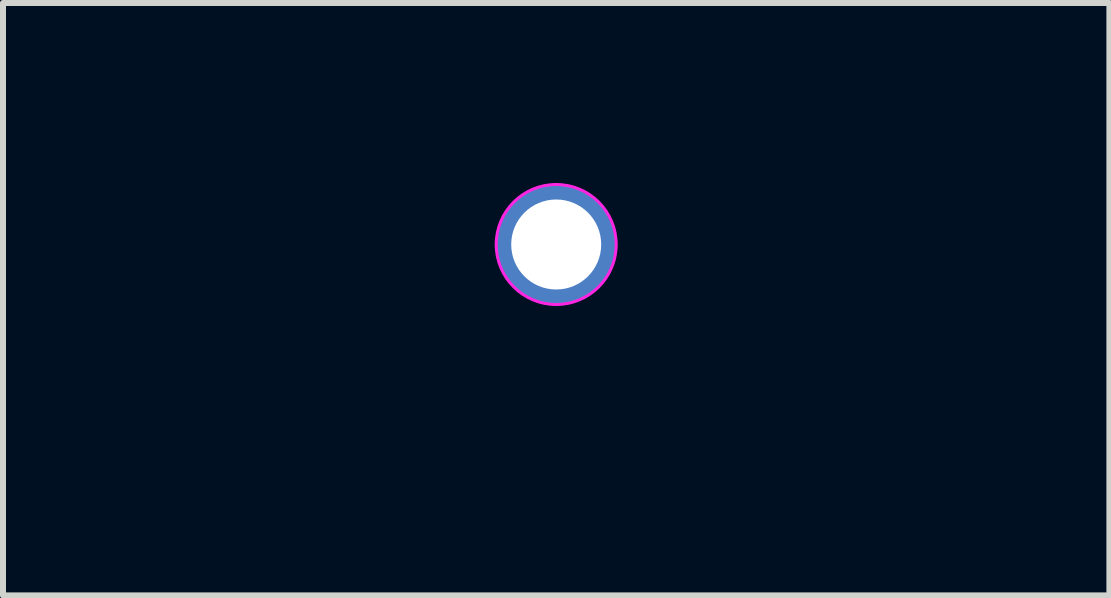
<source format=kicad_pcb>
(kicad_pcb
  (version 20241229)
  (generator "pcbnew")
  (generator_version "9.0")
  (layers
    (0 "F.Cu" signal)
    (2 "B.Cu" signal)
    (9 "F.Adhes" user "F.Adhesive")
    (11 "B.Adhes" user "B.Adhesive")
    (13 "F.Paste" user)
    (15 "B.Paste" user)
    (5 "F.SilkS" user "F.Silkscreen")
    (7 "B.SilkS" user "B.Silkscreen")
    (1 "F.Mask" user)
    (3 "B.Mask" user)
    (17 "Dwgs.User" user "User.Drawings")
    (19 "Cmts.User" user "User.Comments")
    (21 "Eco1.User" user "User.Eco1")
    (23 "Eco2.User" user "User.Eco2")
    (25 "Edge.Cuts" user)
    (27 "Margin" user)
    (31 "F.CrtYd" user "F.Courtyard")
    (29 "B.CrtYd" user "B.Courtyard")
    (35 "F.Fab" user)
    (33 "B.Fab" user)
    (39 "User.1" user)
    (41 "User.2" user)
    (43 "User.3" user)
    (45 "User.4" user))
  (footprint "PTH-UL-1.5mm"
    (layer "F.Cu")
    (at 6.22 1.025)
    (property "Reference" "PTH-UL-1.5mm" (at 0 2 0) (layer "Eco2.User") (effects (font (size 1 1) (thickness 0.15))))
    (attr through_hole)
    (fp_circle (center 0 0) (end 1 0) (stroke (width 0.05) (type solid)) (fill no) (layer "F.CrtYd"))
    (pad "1" thru_hole circle (at 0 0) (size 2 2) (drill 1.5) (layers "*.Cu" "*.Mask")))
  (gr_rect
    (start -3 -3)
    (end 15.44 6.873)
    (stroke (width 0.1) (type default))
    (fill no)
    (layer "Edge.Cuts")))
</source>
